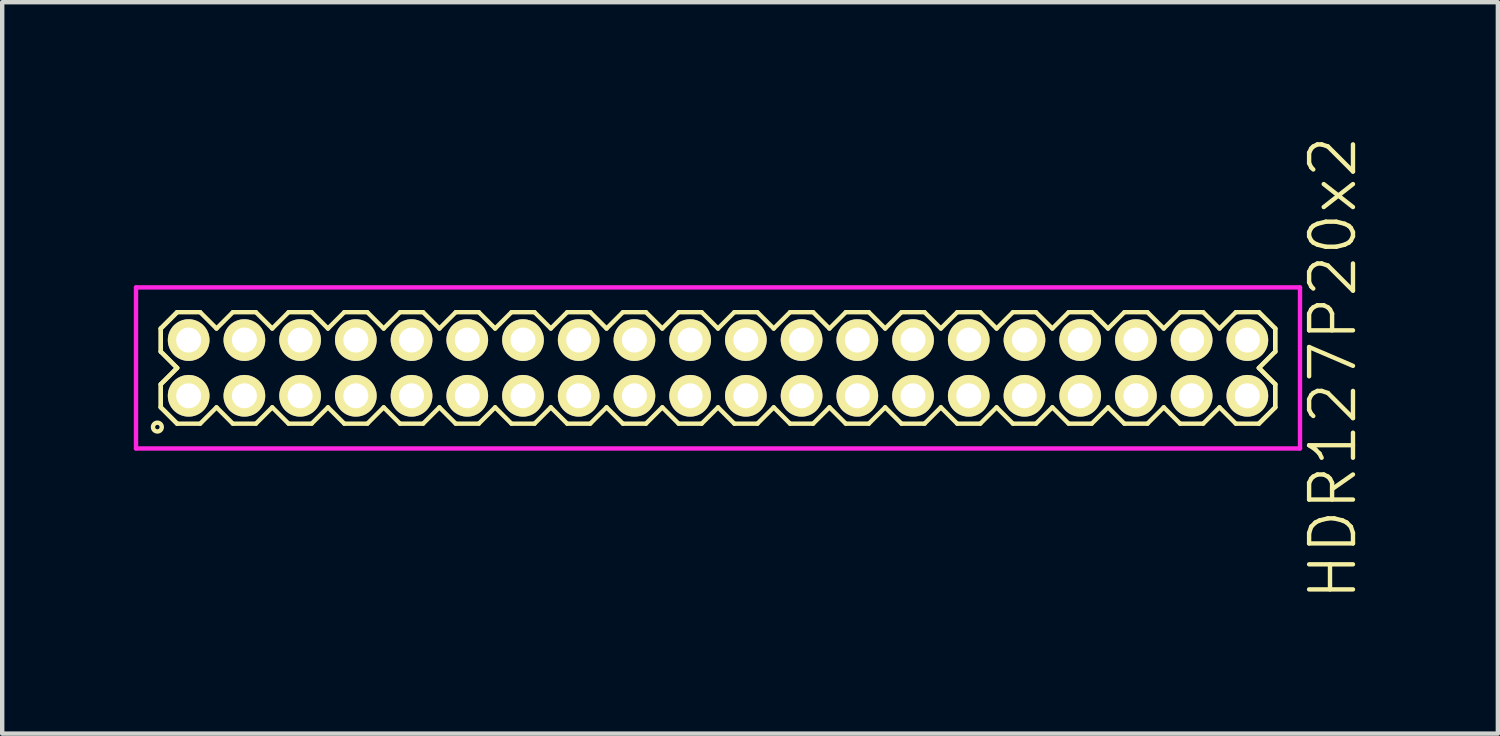
<source format=kicad_pcb>
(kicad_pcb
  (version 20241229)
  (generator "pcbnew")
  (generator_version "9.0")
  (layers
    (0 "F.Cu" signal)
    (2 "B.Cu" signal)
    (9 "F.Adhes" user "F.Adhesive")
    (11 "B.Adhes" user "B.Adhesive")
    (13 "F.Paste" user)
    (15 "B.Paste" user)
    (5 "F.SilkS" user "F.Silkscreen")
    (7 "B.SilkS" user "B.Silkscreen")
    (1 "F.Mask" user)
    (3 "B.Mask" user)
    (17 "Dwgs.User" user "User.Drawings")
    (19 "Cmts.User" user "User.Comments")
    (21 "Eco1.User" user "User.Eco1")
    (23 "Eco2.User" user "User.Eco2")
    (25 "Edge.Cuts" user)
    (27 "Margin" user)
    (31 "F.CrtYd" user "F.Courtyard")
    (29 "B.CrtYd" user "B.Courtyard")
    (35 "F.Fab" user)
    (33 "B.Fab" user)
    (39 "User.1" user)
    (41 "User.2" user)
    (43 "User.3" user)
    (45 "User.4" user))
  (footprint "HDR127P20x2"
    (layer "F.Cu")
    (at 13.315 5.336)
    (property "Reference" "HDR127P20x2" (at 14.015 0 90) (layer "F.SilkS") (effects (font (size 1 1) (thickness 0.1))))
    (attr through_hole)
    (fp_line (start -12.7 -0.898) (end -12.328 -1.27) (stroke (width 0.1) (type solid)) (layer "F.SilkS"))
    (fp_line (start -12.7 -0.898) (end -12.328 -1.27) (stroke (width 0.1) (type solid)) (layer "F.SilkS"))
    (fp_line (start -12.7 -0.372) (end -12.7 -0.898) (stroke (width 0.1) (type solid)) (layer "F.SilkS"))
    (fp_line (start -12.7 -0.372) (end -12.7 -0.898) (stroke (width 0.1) (type solid)) (layer "F.SilkS"))
    (fp_line (start -12.7 0.372) (end -12.328 0) (stroke (width 0.1) (type solid)) (layer "F.SilkS"))
    (fp_line (start -12.7 0.372) (end -12.328 0) (stroke (width 0.1) (type solid)) (layer "F.SilkS"))
    (fp_line (start -12.7 0.898) (end -12.7 0.372) (stroke (width 0.1) (type solid)) (layer "F.SilkS"))
    (fp_line (start -12.7 0.898) (end -12.7 0.372) (stroke (width 0.1) (type solid)) (layer "F.SilkS"))
    (fp_line (start -12.328 -1.27) (end -11.802 -1.27) (stroke (width 0.1) (type solid)) (layer "F.SilkS"))
    (fp_line (start -12.328 0) (end -12.7 -0.372) (stroke (width 0.1) (type solid)) (layer "F.SilkS"))
    (fp_line (start -12.328 0) (end -12.7 -0.372) (stroke (width 0.1) (type solid)) (layer "F.SilkS"))
    (fp_line (start -12.328 1.27) (end -12.7 0.898) (stroke (width 0.1) (type solid)) (layer "F.SilkS"))
    (fp_line (start -12.328 1.27) (end -12.7 0.898) (stroke (width 0.1) (type solid)) (layer "F.SilkS"))
    (fp_line (start -11.802 -1.27) (end -11.43 -0.898) (stroke (width 0.1) (type solid)) (layer "F.SilkS"))
    (fp_line (start -11.802 1.27) (end -12.328 1.27) (stroke (width 0.1) (type solid)) (layer "F.SilkS"))
    (fp_line (start -11.43 -0.898) (end -11.058 -1.27) (stroke (width 0.1) (type solid)) (layer "F.SilkS"))
    (fp_line (start -11.43 0.898) (end -11.802 1.27) (stroke (width 0.1) (type solid)) (layer "F.SilkS"))
    (fp_line (start -11.058 -1.27) (end -10.532 -1.27) (stroke (width 0.1) (type solid)) (layer "F.SilkS"))
    (fp_line (start -11.058 1.27) (end -11.43 0.898) (stroke (width 0.1) (type solid)) (layer "F.SilkS"))
    (fp_line (start -10.532 -1.27) (end -10.16 -0.898) (stroke (width 0.1) (type solid)) (layer "F.SilkS"))
    (fp_line (start -10.532 1.27) (end -11.058 1.27) (stroke (width 0.1) (type solid)) (layer "F.SilkS"))
    (fp_line (start -10.16 -0.898) (end -9.788 -1.27) (stroke (width 0.1) (type solid)) (layer "F.SilkS"))
    (fp_line (start -10.16 0.898) (end -10.532 1.27) (stroke (width 0.1) (type solid)) (layer "F.SilkS"))
    (fp_line (start -9.788 -1.27) (end -9.262 -1.27) (stroke (width 0.1) (type solid)) (layer "F.SilkS"))
    (fp_line (start -9.788 1.27) (end -10.16 0.898) (stroke (width 0.1) (type solid)) (layer "F.SilkS"))
    (fp_line (start -9.262 -1.27) (end -8.89 -0.898) (stroke (width 0.1) (type solid)) (layer "F.SilkS"))
    (fp_line (start -9.262 1.27) (end -9.788 1.27) (stroke (width 0.1) (type solid)) (layer "F.SilkS"))
    (fp_line (start -8.89 -0.898) (end -8.518 -1.27) (stroke (width 0.1) (type solid)) (layer "F.SilkS"))
    (fp_line (start -8.89 0.898) (end -9.262 1.27) (stroke (width 0.1) (type solid)) (layer "F.SilkS"))
    (fp_line (start -8.518 -1.27) (end -7.992 -1.27) (stroke (width 0.1) (type solid)) (layer "F.SilkS"))
    (fp_line (start -8.518 1.27) (end -8.89 0.898) (stroke (width 0.1) (type solid)) (layer "F.SilkS"))
    (fp_line (start -7.992 -1.27) (end -7.62 -0.898) (stroke (width 0.1) (type solid)) (layer "F.SilkS"))
    (fp_line (start -7.992 1.27) (end -8.518 1.27) (stroke (width 0.1) (type solid)) (layer "F.SilkS"))
    (fp_line (start -7.62 -0.898) (end -7.248 -1.27) (stroke (width 0.1) (type solid)) (layer "F.SilkS"))
    (fp_line (start -7.62 0.898) (end -7.992 1.27) (stroke (width 0.1) (type solid)) (layer "F.SilkS"))
    (fp_line (start -7.248 -1.27) (end -6.722 -1.27) (stroke (width 0.1) (type solid)) (layer "F.SilkS"))
    (fp_line (start -7.248 1.27) (end -7.62 0.898) (stroke (width 0.1) (type solid)) (layer "F.SilkS"))
    (fp_line (start -6.722 -1.27) (end -6.35 -0.898) (stroke (width 0.1) (type solid)) (layer "F.SilkS"))
    (fp_line (start -6.722 1.27) (end -7.248 1.27) (stroke (width 0.1) (type solid)) (layer "F.SilkS"))
    (fp_line (start -6.35 -0.898) (end -5.978 -1.27) (stroke (width 0.1) (type solid)) (layer "F.SilkS"))
    (fp_line (start -6.35 0.898) (end -6.722 1.27) (stroke (width 0.1) (type solid)) (layer "F.SilkS"))
    (fp_line (start -5.978 -1.27) (end -5.452 -1.27) (stroke (width 0.1) (type solid)) (layer "F.SilkS"))
    (fp_line (start -5.978 1.27) (end -6.35 0.898) (stroke (width 0.1) (type solid)) (layer "F.SilkS"))
    (fp_line (start -5.452 -1.27) (end -5.08 -0.898) (stroke (width 0.1) (type solid)) (layer "F.SilkS"))
    (fp_line (start -5.452 1.27) (end -5.978 1.27) (stroke (width 0.1) (type solid)) (layer "F.SilkS"))
    (fp_line (start -5.08 -0.898) (end -4.708 -1.27) (stroke (width 0.1) (type solid)) (layer "F.SilkS"))
    (fp_line (start -5.08 0.898) (end -5.452 1.27) (stroke (width 0.1) (type solid)) (layer "F.SilkS"))
    (fp_line (start -4.708 -1.27) (end -4.182 -1.27) (stroke (width 0.1) (type solid)) (layer "F.SilkS"))
    (fp_line (start -4.708 1.27) (end -5.08 0.898) (stroke (width 0.1) (type solid)) (layer "F.SilkS"))
    (fp_line (start -4.182 -1.27) (end -3.81 -0.898) (stroke (width 0.1) (type solid)) (layer "F.SilkS"))
    (fp_line (start -4.182 1.27) (end -4.708 1.27) (stroke (width 0.1) (type solid)) (layer "F.SilkS"))
    (fp_line (start -3.81 -0.898) (end -3.438 -1.27) (stroke (width 0.1) (type solid)) (layer "F.SilkS"))
    (fp_line (start -3.81 0.898) (end -4.182 1.27) (stroke (width 0.1) (type solid)) (layer "F.SilkS"))
    (fp_line (start -3.438 -1.27) (end -2.912 -1.27) (stroke (width 0.1) (type solid)) (layer "F.SilkS"))
    (fp_line (start -3.438 1.27) (end -3.81 0.898) (stroke (width 0.1) (type solid)) (layer "F.SilkS"))
    (fp_line (start -2.912 -1.27) (end -2.54 -0.898) (stroke (width 0.1) (type solid)) (layer "F.SilkS"))
    (fp_line (start -2.912 1.27) (end -3.438 1.27) (stroke (width 0.1) (type solid)) (layer "F.SilkS"))
    (fp_line (start -2.54 -0.898) (end -2.168 -1.27) (stroke (width 0.1) (type solid)) (layer "F.SilkS"))
    (fp_line (start -2.54 0.898) (end -2.912 1.27) (stroke (width 0.1) (type solid)) (layer "F.SilkS"))
    (fp_line (start -2.168 -1.27) (end -1.642 -1.27) (stroke (width 0.1) (type solid)) (layer "F.SilkS"))
    (fp_line (start -2.168 1.27) (end -2.54 0.898) (stroke (width 0.1) (type solid)) (layer "F.SilkS"))
    (fp_line (start -1.642 -1.27) (end -1.27 -0.898) (stroke (width 0.1) (type solid)) (layer "F.SilkS"))
    (fp_line (start -1.642 1.27) (end -2.168 1.27) (stroke (width 0.1) (type solid)) (layer "F.SilkS"))
    (fp_line (start -1.27 -0.898) (end -0.898 -1.27) (stroke (width 0.1) (type solid)) (layer "F.SilkS"))
    (fp_line (start -1.27 0.898) (end -1.642 1.27) (stroke (width 0.1) (type solid)) (layer "F.SilkS"))
    (fp_line (start -0.898 -1.27) (end -0.372 -1.27) (stroke (width 0.1) (type solid)) (layer "F.SilkS"))
    (fp_line (start -0.898 1.27) (end -1.27 0.898) (stroke (width 0.1) (type solid)) (layer "F.SilkS"))
    (fp_line (start -0.372 -1.27) (end 0 -0.898) (stroke (width 0.1) (type solid)) (layer "F.SilkS"))
    (fp_line (start -0.372 1.27) (end -0.898 1.27) (stroke (width 0.1) (type solid)) (layer "F.SilkS"))
    (fp_line (start 0 -0.898) (end 0.372 -1.27) (stroke (width 0.1) (type solid)) (layer "F.SilkS"))
    (fp_line (start 0 0.898) (end -0.372 1.27) (stroke (width 0.1) (type solid)) (layer "F.SilkS"))
    (fp_line (start 0.372 -1.27) (end 0.898 -1.27) (stroke (width 0.1) (type solid)) (layer "F.SilkS"))
    (fp_line (start 0.372 1.27) (end 0 0.898) (stroke (width 0.1) (type solid)) (layer "F.SilkS"))
    (fp_line (start 0.898 -1.27) (end 1.27 -0.898) (stroke (width 0.1) (type solid)) (layer "F.SilkS"))
    (fp_line (start 0.898 1.27) (end 0.372 1.27) (stroke (width 0.1) (type solid)) (layer "F.SilkS"))
    (fp_line (start 1.27 -0.898) (end 1.642 -1.27) (stroke (width 0.1) (type solid)) (layer "F.SilkS"))
    (fp_line (start 1.27 0.898) (end 0.898 1.27) (stroke (width 0.1) (type solid)) (layer "F.SilkS"))
    (fp_line (start 1.642 -1.27) (end 2.168 -1.27) (stroke (width 0.1) (type solid)) (layer "F.SilkS"))
    (fp_line (start 1.642 1.27) (end 1.27 0.898) (stroke (width 0.1) (type solid)) (layer "F.SilkS"))
    (fp_line (start 2.168 -1.27) (end 2.54 -0.898) (stroke (width 0.1) (type solid)) (layer "F.SilkS"))
    (fp_line (start 2.168 1.27) (end 1.642 1.27) (stroke (width 0.1) (type solid)) (layer "F.SilkS"))
    (fp_line (start 2.54 -0.898) (end 2.912 -1.27) (stroke (width 0.1) (type solid)) (layer "F.SilkS"))
    (fp_line (start 2.54 0.898) (end 2.168 1.27) (stroke (width 0.1) (type solid)) (layer "F.SilkS"))
    (fp_line (start 2.912 -1.27) (end 3.438 -1.27) (stroke (width 0.1) (type solid)) (layer "F.SilkS"))
    (fp_line (start 2.912 1.27) (end 2.54 0.898) (stroke (width 0.1) (type solid)) (layer "F.SilkS"))
    (fp_line (start 3.438 -1.27) (end 3.81 -0.898) (stroke (width 0.1) (type solid)) (layer "F.SilkS"))
    (fp_line (start 3.438 1.27) (end 2.912 1.27) (stroke (width 0.1) (type solid)) (layer "F.SilkS"))
    (fp_line (start 3.81 -0.898) (end 4.182 -1.27) (stroke (width 0.1) (type solid)) (layer "F.SilkS"))
    (fp_line (start 3.81 0.898) (end 3.438 1.27) (stroke (width 0.1) (type solid)) (layer "F.SilkS"))
    (fp_line (start 4.182 -1.27) (end 4.708 -1.27) (stroke (width 0.1) (type solid)) (layer "F.SilkS"))
    (fp_line (start 4.182 1.27) (end 3.81 0.898) (stroke (width 0.1) (type solid)) (layer "F.SilkS"))
    (fp_line (start 4.708 -1.27) (end 5.08 -0.898) (stroke (width 0.1) (type solid)) (layer "F.SilkS"))
    (fp_line (start 4.708 1.27) (end 4.182 1.27) (stroke (width 0.1) (type solid)) (layer "F.SilkS"))
    (fp_line (start 5.08 -0.898) (end 5.452 -1.27) (stroke (width 0.1) (type solid)) (layer "F.SilkS"))
    (fp_line (start 5.08 0.898) (end 4.708 1.27) (stroke (width 0.1) (type solid)) (layer "F.SilkS"))
    (fp_line (start 5.452 -1.27) (end 5.978 -1.27) (stroke (width 0.1) (type solid)) (layer "F.SilkS"))
    (fp_line (start 5.452 1.27) (end 5.08 0.898) (stroke (width 0.1) (type solid)) (layer "F.SilkS"))
    (fp_line (start 5.978 -1.27) (end 6.35 -0.898) (stroke (width 0.1) (type solid)) (layer "F.SilkS"))
    (fp_line (start 5.978 1.27) (end 5.452 1.27) (stroke (width 0.1) (type solid)) (layer "F.SilkS"))
    (fp_line (start 6.35 -0.898) (end 6.722 -1.27) (stroke (width 0.1) (type solid)) (layer "F.SilkS"))
    (fp_line (start 6.35 0.898) (end 5.978 1.27) (stroke (width 0.1) (type solid)) (layer "F.SilkS"))
    (fp_line (start 6.722 -1.27) (end 7.248 -1.27) (stroke (width 0.1) (type solid)) (layer "F.SilkS"))
    (fp_line (start 6.722 1.27) (end 6.35 0.898) (stroke (width 0.1) (type solid)) (layer "F.SilkS"))
    (fp_line (start 7.248 -1.27) (end 7.62 -0.898) (stroke (width 0.1) (type solid)) (layer "F.SilkS"))
    (fp_line (start 7.248 1.27) (end 6.722 1.27) (stroke (width 0.1) (type solid)) (layer "F.SilkS"))
    (fp_line (start 7.62 -0.898) (end 7.992 -1.27) (stroke (width 0.1) (type solid)) (layer "F.SilkS"))
    (fp_line (start 7.62 0.898) (end 7.248 1.27) (stroke (width 0.1) (type solid)) (layer "F.SilkS"))
    (fp_line (start 7.992 -1.27) (end 8.518 -1.27) (stroke (width 0.1) (type solid)) (layer "F.SilkS"))
    (fp_line (start 7.992 1.27) (end 7.62 0.898) (stroke (width 0.1) (type solid)) (layer "F.SilkS"))
    (fp_line (start 8.518 -1.27) (end 8.89 -0.898) (stroke (width 0.1) (type solid)) (layer "F.SilkS"))
    (fp_line (start 8.518 1.27) (end 7.992 1.27) (stroke (width 0.1) (type solid)) (layer "F.SilkS"))
    (fp_line (start 8.89 -0.898) (end 9.262 -1.27) (stroke (width 0.1) (type solid)) (layer "F.SilkS"))
    (fp_line (start 8.89 0.898) (end 8.518 1.27) (stroke (width 0.1) (type solid)) (layer "F.SilkS"))
    (fp_line (start 9.262 -1.27) (end 9.788 -1.27) (stroke (width 0.1) (type solid)) (layer "F.SilkS"))
    (fp_line (start 9.262 1.27) (end 8.89 0.898) (stroke (width 0.1) (type solid)) (layer "F.SilkS"))
    (fp_line (start 9.788 -1.27) (end 10.16 -0.898) (stroke (width 0.1) (type solid)) (layer "F.SilkS"))
    (fp_line (start 9.788 1.27) (end 9.262 1.27) (stroke (width 0.1) (type solid)) (layer "F.SilkS"))
    (fp_line (start 10.16 -0.898) (end 10.532 -1.27) (stroke (width 0.1) (type solid)) (layer "F.SilkS"))
    (fp_line (start 10.16 0.898) (end 9.788 1.27) (stroke (width 0.1) (type solid)) (layer "F.SilkS"))
    (fp_line (start 10.532 -1.27) (end 11.058 -1.27) (stroke (width 0.1) (type solid)) (layer "F.SilkS"))
    (fp_line (start 10.532 1.27) (end 10.16 0.898) (stroke (width 0.1) (type solid)) (layer "F.SilkS"))
    (fp_line (start 11.058 -1.27) (end 11.43 -0.898) (stroke (width 0.1) (type solid)) (layer "F.SilkS"))
    (fp_line (start 11.058 1.27) (end 10.532 1.27) (stroke (width 0.1) (type solid)) (layer "F.SilkS"))
    (fp_line (start 11.43 -0.898) (end 11.802 -1.27) (stroke (width 0.1) (type solid)) (layer "F.SilkS"))
    (fp_line (start 11.43 0.898) (end 11.058 1.27) (stroke (width 0.1) (type solid)) (layer "F.SilkS"))
    (fp_line (start 11.802 -1.27) (end 12.328 -1.27) (stroke (width 0.1) (type solid)) (layer "F.SilkS"))
    (fp_line (start 11.802 1.27) (end 11.43 0.898) (stroke (width 0.1) (type solid)) (layer "F.SilkS"))
    (fp_line (start 12.328 -1.27) (end 12.7 -0.898) (stroke (width 0.1) (type solid)) (layer "F.SilkS"))
    (fp_line (start 12.328 -1.27) (end 12.7 -0.898) (stroke (width 0.1) (type solid)) (layer "F.SilkS"))
    (fp_line (start 12.328 0) (end 12.7 0.372) (stroke (width 0.1) (type solid)) (layer "F.SilkS"))
    (fp_line (start 12.328 0) (end 12.7 0.372) (stroke (width 0.1) (type solid)) (layer "F.SilkS"))
    (fp_line (start 12.328 1.27) (end 11.802 1.27) (stroke (width 0.1) (type solid)) (layer "F.SilkS"))
    (fp_line (start 12.7 -0.898) (end 12.7 -0.372) (stroke (width 0.1) (type solid)) (layer "F.SilkS"))
    (fp_line (start 12.7 -0.898) (end 12.7 -0.372) (stroke (width 0.1) (type solid)) (layer "F.SilkS"))
    (fp_line (start 12.7 -0.372) (end 12.328 0) (stroke (width 0.1) (type solid)) (layer "F.SilkS"))
    (fp_line (start 12.7 -0.372) (end 12.328 0) (stroke (width 0.1) (type solid)) (layer "F.SilkS"))
    (fp_line (start 12.7 0.372) (end 12.7 0.898) (stroke (width 0.1) (type solid)) (layer "F.SilkS"))
    (fp_line (start 12.7 0.372) (end 12.7 0.898) (stroke (width 0.1) (type solid)) (layer "F.SilkS"))
    (fp_line (start 12.7 0.898) (end 12.328 1.27) (stroke (width 0.1) (type solid)) (layer "F.SilkS"))
    (fp_line (start 12.7 0.898) (end 12.328 1.27) (stroke (width 0.1) (type solid)) (layer "F.SilkS"))
    (fp_circle (center -12.778 1.348) (end -12.678 1.348) (stroke (width 0.1) (type solid)) (fill no) (layer "F.SilkS"))
    (fp_line (start -13.265 -1.835) (end -13.265 1.835) (stroke (width 0.1) (type solid)) (layer "F.CrtYd"))
    (fp_line (start -13.265 1.835) (end 13.265 1.835) (stroke (width 0.1) (type solid)) (layer "F.CrtYd"))
    (fp_line (start 13.265 -1.835) (end -13.265 -1.835) (stroke (width 0.1) (type solid)) (layer "F.CrtYd"))
    (fp_line (start 13.265 1.835) (end 13.265 -1.835) (stroke (width 0.1) (type solid)) (layer "F.CrtYd"))
    (pad "1" thru_hole oval (at -12.065 0.635) (size 0.95 0.95) (drill 0.57) (layers "*.Cu" "*.Mask" "F.SilkS"))
    (pad "2" thru_hole oval (at -12.065 -0.635) (size 0.95 0.95) (drill 0.57) (layers "*.Cu" "*.Mask" "F.SilkS"))
    (pad "3" thru_hole oval (at -10.795 0.635) (size 0.95 0.95) (drill 0.57) (layers "*.Cu" "*.Mask" "F.SilkS"))
    (pad "4" thru_hole oval (at -10.795 -0.635) (size 0.95 0.95) (drill 0.57) (layers "*.Cu" "*.Mask" "F.SilkS"))
    (pad "5" thru_hole oval (at -9.525 0.635) (size 0.95 0.95) (drill 0.57) (layers "*.Cu" "*.Mask" "F.SilkS"))
    (pad "6" thru_hole oval (at -9.525 -0.635) (size 0.95 0.95) (drill 0.57) (layers "*.Cu" "*.Mask" "F.SilkS"))
    (pad "7" thru_hole oval (at -8.255 0.635) (size 0.95 0.95) (drill 0.57) (layers "*.Cu" "*.Mask" "F.SilkS"))
    (pad "8" thru_hole oval (at -8.255 -0.635) (size 0.95 0.95) (drill 0.57) (layers "*.Cu" "*.Mask" "F.SilkS"))
    (pad "9" thru_hole oval (at -6.985 0.635) (size 0.95 0.95) (drill 0.57) (layers "*.Cu" "*.Mask" "F.SilkS"))
    (pad "10" thru_hole oval (at -6.985 -0.635) (size 0.95 0.95) (drill 0.57) (layers "*.Cu" "*.Mask" "F.SilkS"))
    (pad "11" thru_hole oval (at -5.715 0.635) (size 0.95 0.95) (drill 0.57) (layers "*.Cu" "*.Mask" "F.SilkS"))
    (pad "12" thru_hole oval (at -5.715 -0.635) (size 0.95 0.95) (drill 0.57) (layers "*.Cu" "*.Mask" "F.SilkS"))
    (pad "13" thru_hole oval (at -4.445 0.635) (size 0.95 0.95) (drill 0.57) (layers "*.Cu" "*.Mask" "F.SilkS"))
    (pad "14" thru_hole oval (at -4.445 -0.635) (size 0.95 0.95) (drill 0.57) (layers "*.Cu" "*.Mask" "F.SilkS"))
    (pad "15" thru_hole oval (at -3.175 0.635) (size 0.95 0.95) (drill 0.57) (layers "*.Cu" "*.Mask" "F.SilkS"))
    (pad "16" thru_hole oval (at -3.175 -0.635) (size 0.95 0.95) (drill 0.57) (layers "*.Cu" "*.Mask" "F.SilkS"))
    (pad "17" thru_hole oval (at -1.905 0.635) (size 0.95 0.95) (drill 0.57) (layers "*.Cu" "*.Mask" "F.SilkS"))
    (pad "18" thru_hole oval (at -1.905 -0.635) (size 0.95 0.95) (drill 0.57) (layers "*.Cu" "*.Mask" "F.SilkS"))
    (pad "19" thru_hole oval (at -0.635 0.635) (size 0.95 0.95) (drill 0.57) (layers "*.Cu" "*.Mask" "F.SilkS"))
    (pad "20" thru_hole oval (at -0.635 -0.635) (size 0.95 0.95) (drill 0.57) (layers "*.Cu" "*.Mask" "F.SilkS"))
    (pad "21" thru_hole oval (at 0.635 0.635) (size 0.95 0.95) (drill 0.57) (layers "*.Cu" "*.Mask" "F.SilkS"))
    (pad "22" thru_hole oval (at 0.635 -0.635) (size 0.95 0.95) (drill 0.57) (layers "*.Cu" "*.Mask" "F.SilkS"))
    (pad "23" thru_hole oval (at 1.905 0.635) (size 0.95 0.95) (drill 0.57) (layers "*.Cu" "*.Mask" "F.SilkS"))
    (pad "24" thru_hole oval (at 1.905 -0.635) (size 0.95 0.95) (drill 0.57) (layers "*.Cu" "*.Mask" "F.SilkS"))
    (pad "25" thru_hole oval (at 3.175 0.635) (size 0.95 0.95) (drill 0.57) (layers "*.Cu" "*.Mask" "F.SilkS"))
    (pad "26" thru_hole oval (at 3.175 -0.635) (size 0.95 0.95) (drill 0.57) (layers "*.Cu" "*.Mask" "F.SilkS"))
    (pad "27" thru_hole oval (at 4.445 0.635) (size 0.95 0.95) (drill 0.57) (layers "*.Cu" "*.Mask" "F.SilkS"))
    (pad "28" thru_hole oval (at 4.445 -0.635) (size 0.95 0.95) (drill 0.57) (layers "*.Cu" "*.Mask" "F.SilkS"))
    (pad "29" thru_hole oval (at 5.715 0.635) (size 0.95 0.95) (drill 0.57) (layers "*.Cu" "*.Mask" "F.SilkS"))
    (pad "30" thru_hole oval (at 5.715 -0.635) (size 0.95 0.95) (drill 0.57) (layers "*.Cu" "*.Mask" "F.SilkS"))
    (pad "31" thru_hole oval (at 6.985 0.635) (size 0.95 0.95) (drill 0.57) (layers "*.Cu" "*.Mask" "F.SilkS"))
    (pad "32" thru_hole oval (at 6.985 -0.635) (size 0.95 0.95) (drill 0.57) (layers "*.Cu" "*.Mask" "F.SilkS"))
    (pad "33" thru_hole oval (at 8.255 0.635) (size 0.95 0.95) (drill 0.57) (layers "*.Cu" "*.Mask" "F.SilkS"))
    (pad "34" thru_hole oval (at 8.255 -0.635) (size 0.95 0.95) (drill 0.57) (layers "*.Cu" "*.Mask" "F.SilkS"))
    (pad "35" thru_hole oval (at 9.525 0.635) (size 0.95 0.95) (drill 0.57) (layers "*.Cu" "*.Mask" "F.SilkS"))
    (pad "36" thru_hole oval (at 9.525 -0.635) (size 0.95 0.95) (drill 0.57) (layers "*.Cu" "*.Mask" "F.SilkS"))
    (pad "37" thru_hole oval (at 10.795 0.635) (size 0.95 0.95) (drill 0.57) (layers "*.Cu" "*.Mask" "F.SilkS"))
    (pad "38" thru_hole oval (at 10.795 -0.635) (size 0.95 0.95) (drill 0.57) (layers "*.Cu" "*.Mask" "F.SilkS"))
    (pad "39" thru_hole oval (at 12.065 0.635) (size 0.95 0.95) (drill 0.57) (layers "*.Cu" "*.Mask" "F.SilkS"))
    (pad "40" thru_hole oval (at 12.065 -0.635) (size 0.95 0.95) (drill 0.57) (layers "*.Cu" "*.Mask" "F.SilkS")))
  (gr_rect
    (start -3 -3)
    (end 31.09 13.671)
    (stroke (width 0.1) (type default))
    (fill no)
    (layer "Edge.Cuts")))
</source>
